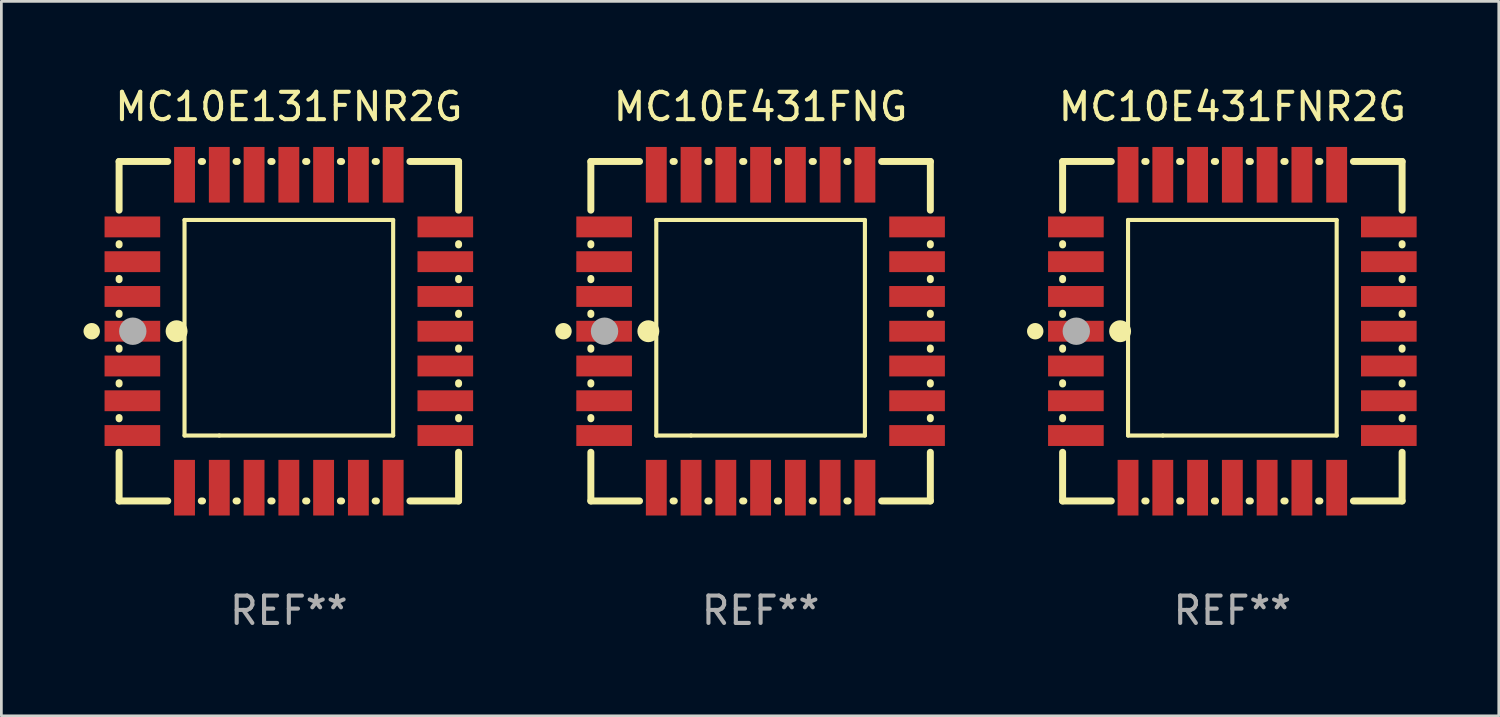
<source format=kicad_pcb>
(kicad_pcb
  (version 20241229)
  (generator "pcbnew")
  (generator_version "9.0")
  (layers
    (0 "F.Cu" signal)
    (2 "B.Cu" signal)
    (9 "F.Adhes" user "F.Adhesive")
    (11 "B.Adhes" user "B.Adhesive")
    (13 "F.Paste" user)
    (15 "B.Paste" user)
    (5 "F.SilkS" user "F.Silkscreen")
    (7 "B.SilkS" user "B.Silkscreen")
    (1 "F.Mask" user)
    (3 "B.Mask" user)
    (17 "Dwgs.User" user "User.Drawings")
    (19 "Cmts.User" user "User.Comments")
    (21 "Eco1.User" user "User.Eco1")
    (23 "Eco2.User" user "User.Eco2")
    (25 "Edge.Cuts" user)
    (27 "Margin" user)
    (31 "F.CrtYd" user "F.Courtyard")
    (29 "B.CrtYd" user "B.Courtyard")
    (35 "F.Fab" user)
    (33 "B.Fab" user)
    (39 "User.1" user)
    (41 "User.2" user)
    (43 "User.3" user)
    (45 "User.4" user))
  (footprint "MC10E131FNR2G"
    (layer "F.Cu")
    (at 7.5 9.048)
    (property "Reference" "MC10E131FNR2G" (at 0 -8.2 0) (layer "F.SilkS") (effects (font (size 1 1) (thickness 0.15))))
    (attr through_hole)
    (fp_line (start -6.2 -6.2) (end -4.422 -6.2) (stroke (width 0.254) (type solid)) (layer "F.SilkS"))
    (fp_line (start -6.2 -4.422) (end -6.2 -6.2) (stroke (width 0.254) (type solid)) (layer "F.SilkS"))
    (fp_line (start -6.2 -3.152) (end -6.2 -3.198) (stroke (width 0.254) (type solid)) (layer "F.SilkS"))
    (fp_line (start -6.2 -1.882) (end -6.2 -1.928) (stroke (width 0.254) (type solid)) (layer "F.SilkS"))
    (fp_line (start -6.2 -0.612) (end -6.2 -0.658) (stroke (width 0.254) (type solid)) (layer "F.SilkS"))
    (fp_line (start -6.2 0.658) (end -6.2 0.612) (stroke (width 0.254) (type solid)) (layer "F.SilkS"))
    (fp_line (start -6.2 1.928) (end -6.2 1.882) (stroke (width 0.254) (type solid)) (layer "F.SilkS"))
    (fp_line (start -6.2 3.198) (end -6.2 3.152) (stroke (width 0.254) (type solid)) (layer "F.SilkS"))
    (fp_line (start -6.2 6.2) (end -6.2 4.422) (stroke (width 0.254) (type solid)) (layer "F.SilkS"))
    (fp_line (start -4.422 6.2) (end -6.2 6.2) (stroke (width 0.254) (type solid)) (layer "F.SilkS"))
    (fp_line (start -3.81 -4.064) (end 3.81 -4.064) (stroke (width 0.15) (type solid)) (layer "F.SilkS"))
    (fp_line (start -3.81 3.81) (end -3.81 -4.064) (stroke (width 0.15) (type solid)) (layer "F.SilkS"))
    (fp_line (start -3.198 -6.2) (end -3.152 -6.2) (stroke (width 0.254) (type solid)) (layer "F.SilkS"))
    (fp_line (start -3.152 6.2) (end -3.198 6.2) (stroke (width 0.254) (type solid)) (layer "F.SilkS"))
    (fp_line (start -2.54 3.81) (end -3.81 3.81) (stroke (width 0.15) (type solid)) (layer "F.SilkS"))
    (fp_line (start -1.928 -6.2) (end -1.882 -6.2) (stroke (width 0.254) (type solid)) (layer "F.SilkS"))
    (fp_line (start -1.882 6.2) (end -1.928 6.2) (stroke (width 0.254) (type solid)) (layer "F.SilkS"))
    (fp_line (start -0.658 -6.2) (end -0.612 -6.2) (stroke (width 0.254) (type solid)) (layer "F.SilkS"))
    (fp_line (start -0.612 6.2) (end -0.658 6.2) (stroke (width 0.254) (type solid)) (layer "F.SilkS"))
    (fp_line (start 0.612 -6.2) (end 0.658 -6.2) (stroke (width 0.254) (type solid)) (layer "F.SilkS"))
    (fp_line (start 0.658 6.2) (end 0.612 6.2) (stroke (width 0.254) (type solid)) (layer "F.SilkS"))
    (fp_line (start 1.882 -6.2) (end 1.928 -6.2) (stroke (width 0.254) (type solid)) (layer "F.SilkS"))
    (fp_line (start 1.928 6.2) (end 1.882 6.2) (stroke (width 0.254) (type solid)) (layer "F.SilkS"))
    (fp_line (start 3.152 -6.2) (end 3.198 -6.2) (stroke (width 0.254) (type solid)) (layer "F.SilkS"))
    (fp_line (start 3.198 6.2) (end 3.152 6.2) (stroke (width 0.254) (type solid)) (layer "F.SilkS"))
    (fp_line (start 3.81 -4.064) (end 3.81 3.81) (stroke (width 0.15) (type solid)) (layer "F.SilkS"))
    (fp_line (start 3.81 3.81) (end -2.54 3.81) (stroke (width 0.15) (type solid)) (layer "F.SilkS"))
    (fp_line (start 4.422 -6.2) (end 6.2 -6.2) (stroke (width 0.254) (type solid)) (layer "F.SilkS"))
    (fp_line (start 6.2 -6.2) (end 6.2 -4.422) (stroke (width 0.254) (type solid)) (layer "F.SilkS"))
    (fp_line (start 6.2 -3.198) (end 6.2 -3.152) (stroke (width 0.254) (type solid)) (layer "F.SilkS"))
    (fp_line (start 6.2 -1.928) (end 6.2 -1.882) (stroke (width 0.254) (type solid)) (layer "F.SilkS"))
    (fp_line (start 6.2 -0.658) (end 6.2 -0.612) (stroke (width 0.254) (type solid)) (layer "F.SilkS"))
    (fp_line (start 6.2 0.612) (end 6.2 0.658) (stroke (width 0.254) (type solid)) (layer "F.SilkS"))
    (fp_line (start 6.2 1.882) (end 6.2 1.928) (stroke (width 0.254) (type solid)) (layer "F.SilkS"))
    (fp_line (start 6.2 3.152) (end 6.2 3.198) (stroke (width 0.254) (type solid)) (layer "F.SilkS"))
    (fp_line (start 6.2 4.422) (end 6.2 6.2) (stroke (width 0.254) (type solid)) (layer "F.SilkS"))
    (fp_line (start 6.2 6.2) (end 4.422 6.2) (stroke (width 0.254) (type solid)) (layer "F.SilkS"))
    (fp_circle (center -7.2 0) (end -7.05 0) (stroke (width 0.3) (type solid)) (fill no) (layer "F.SilkS"))
    (fp_circle (center -6.223 6.223) (end -6.193 6.223) (stroke (width 0.06) (type solid)) (fill no) (layer "F.SilkS"))
    (fp_circle (center -4.1 0) (end -3.9 0) (stroke (width 0.4) (type solid)) (fill no) (layer "F.SilkS"))
    (fp_circle (center -5.7 0) (end -5.45 0) (stroke (width 0.5) (type solid)) (fill no) (layer "F.Fab"))
    (fp_text user "REF**" (at 0 10.2 0) (layer "F.Fab") (effects (font (size 1 1) (thickness 0.15))))
    (pad "1" smd rect (at -5.715 0) (size 2.032 0.762) (layers "F.Cu" "F.Mask" "F.Paste"))
    (pad "2" smd rect (at -5.715 1.27) (size 2.032 0.762) (layers "F.Cu" "F.Mask" "F.Paste"))
    (pad "3" smd rect (at -5.715 2.54) (size 2.032 0.762) (layers "F.Cu" "F.Mask" "F.Paste"))
    (pad "4" smd rect (at -5.715 3.81) (size 2.032 0.762) (layers "F.Cu" "F.Mask" "F.Paste"))
    (pad "5" smd rect (at -3.81 5.715) (size 0.762 2.032) (layers "F.Cu" "F.Mask" "F.Paste"))
    (pad "6" smd rect (at -2.54 5.715) (size 0.762 2.032) (layers "F.Cu" "F.Mask" "F.Paste"))
    (pad "7" smd rect (at -1.27 5.715) (size 0.762 2.032) (layers "F.Cu" "F.Mask" "F.Paste"))
    (pad "8" smd rect (at 0 5.715) (size 0.762 2.032) (layers "F.Cu" "F.Mask" "F.Paste"))
    (pad "9" smd rect (at 1.27 5.715) (size 0.762 2.032) (layers "F.Cu" "F.Mask" "F.Paste"))
    (pad "10" smd rect (at 2.54 5.715) (size 0.762 2.032) (layers "F.Cu" "F.Mask" "F.Paste"))
    (pad "11" smd rect (at 3.81 5.715) (size 0.762 2.032) (layers "F.Cu" "F.Mask" "F.Paste"))
    (pad "12" smd rect (at 5.715 3.81) (size 2.032 0.762) (layers "F.Cu" "F.Mask" "F.Paste"))
    (pad "13" smd rect (at 5.715 2.54) (size 2.032 0.762) (layers "F.Cu" "F.Mask" "F.Paste"))
    (pad "14" smd rect (at 5.715 1.27) (size 2.032 0.762) (layers "F.Cu" "F.Mask" "F.Paste"))
    (pad "15" smd rect (at 5.715 0) (size 2.032 0.762) (layers "F.Cu" "F.Mask" "F.Paste"))
    (pad "16" smd rect (at 5.715 -1.27) (size 2.032 0.762) (layers "F.Cu" "F.Mask" "F.Paste"))
    (pad "17" smd rect (at 5.715 -2.54) (size 2.032 0.762) (layers "F.Cu" "F.Mask" "F.Paste"))
    (pad "18" smd rect (at 5.715 -3.81) (size 2.032 0.762) (layers "F.Cu" "F.Mask" "F.Paste"))
    (pad "19" smd rect (at 3.81 -5.715) (size 0.762 2.032) (layers "F.Cu" "F.Mask" "F.Paste"))
    (pad "20" smd rect (at 2.54 -5.715) (size 0.762 2.032) (layers "F.Cu" "F.Mask" "F.Paste"))
    (pad "21" smd rect (at 1.27 -5.715) (size 0.762 2.032) (layers "F.Cu" "F.Mask" "F.Paste"))
    (pad "22" smd rect (at 0 -5.715) (size 0.762 2.032) (layers "F.Cu" "F.Mask" "F.Paste"))
    (pad "23" smd rect (at -1.27 -5.715) (size 0.762 2.032) (layers "F.Cu" "F.Mask" "F.Paste"))
    (pad "24" smd rect (at -2.54 -5.715) (size 0.762 2.032) (layers "F.Cu" "F.Mask" "F.Paste"))
    (pad "25" smd rect (at -3.81 -5.715) (size 0.762 2.032) (layers "F.Cu" "F.Mask" "F.Paste"))
    (pad "26" smd rect (at -5.715 -3.81) (size 2.032 0.762) (layers "F.Cu" "F.Mask" "F.Paste"))
    (pad "27" smd rect (at -5.715 -2.54) (size 2.032 0.762) (layers "F.Cu" "F.Mask" "F.Paste"))
    (pad "28" smd rect (at -5.715 -1.27) (size 2.032 0.762) (layers "F.Cu" "F.Mask" "F.Paste")))
  (footprint "MC10E431FNG"
    (layer "F.Cu")
    (at 24.731 9.048)
    (property "Reference" "MC10E431FNG" (at 0 -8.2 0) (layer "F.SilkS") (effects (font (size 1 1) (thickness 0.15))))
    (attr through_hole)
    (fp_line (start -6.2 -6.2) (end -4.422 -6.2) (stroke (width 0.254) (type solid)) (layer "F.SilkS"))
    (fp_line (start -6.2 -4.422) (end -6.2 -6.2) (stroke (width 0.254) (type solid)) (layer "F.SilkS"))
    (fp_line (start -6.2 -3.152) (end -6.2 -3.198) (stroke (width 0.254) (type solid)) (layer "F.SilkS"))
    (fp_line (start -6.2 -1.882) (end -6.2 -1.928) (stroke (width 0.254) (type solid)) (layer "F.SilkS"))
    (fp_line (start -6.2 -0.612) (end -6.2 -0.658) (stroke (width 0.254) (type solid)) (layer "F.SilkS"))
    (fp_line (start -6.2 0.658) (end -6.2 0.612) (stroke (width 0.254) (type solid)) (layer "F.SilkS"))
    (fp_line (start -6.2 1.928) (end -6.2 1.882) (stroke (width 0.254) (type solid)) (layer "F.SilkS"))
    (fp_line (start -6.2 3.198) (end -6.2 3.152) (stroke (width 0.254) (type solid)) (layer "F.SilkS"))
    (fp_line (start -6.2 6.2) (end -6.2 4.422) (stroke (width 0.254) (type solid)) (layer "F.SilkS"))
    (fp_line (start -4.422 6.2) (end -6.2 6.2) (stroke (width 0.254) (type solid)) (layer "F.SilkS"))
    (fp_line (start -3.81 -4.064) (end 3.81 -4.064) (stroke (width 0.15) (type solid)) (layer "F.SilkS"))
    (fp_line (start -3.81 3.81) (end -3.81 -4.064) (stroke (width 0.15) (type solid)) (layer "F.SilkS"))
    (fp_line (start -3.198 -6.2) (end -3.152 -6.2) (stroke (width 0.254) (type solid)) (layer "F.SilkS"))
    (fp_line (start -3.152 6.2) (end -3.198 6.2) (stroke (width 0.254) (type solid)) (layer "F.SilkS"))
    (fp_line (start -2.54 3.81) (end -3.81 3.81) (stroke (width 0.15) (type solid)) (layer "F.SilkS"))
    (fp_line (start -1.928 -6.2) (end -1.882 -6.2) (stroke (width 0.254) (type solid)) (layer "F.SilkS"))
    (fp_line (start -1.882 6.2) (end -1.928 6.2) (stroke (width 0.254) (type solid)) (layer "F.SilkS"))
    (fp_line (start -0.658 -6.2) (end -0.612 -6.2) (stroke (width 0.254) (type solid)) (layer "F.SilkS"))
    (fp_line (start -0.612 6.2) (end -0.658 6.2) (stroke (width 0.254) (type solid)) (layer "F.SilkS"))
    (fp_line (start 0.612 -6.2) (end 0.658 -6.2) (stroke (width 0.254) (type solid)) (layer "F.SilkS"))
    (fp_line (start 0.658 6.2) (end 0.612 6.2) (stroke (width 0.254) (type solid)) (layer "F.SilkS"))
    (fp_line (start 1.882 -6.2) (end 1.928 -6.2) (stroke (width 0.254) (type solid)) (layer "F.SilkS"))
    (fp_line (start 1.928 6.2) (end 1.882 6.2) (stroke (width 0.254) (type solid)) (layer "F.SilkS"))
    (fp_line (start 3.152 -6.2) (end 3.198 -6.2) (stroke (width 0.254) (type solid)) (layer "F.SilkS"))
    (fp_line (start 3.198 6.2) (end 3.152 6.2) (stroke (width 0.254) (type solid)) (layer "F.SilkS"))
    (fp_line (start 3.81 -4.064) (end 3.81 3.81) (stroke (width 0.15) (type solid)) (layer "F.SilkS"))
    (fp_line (start 3.81 3.81) (end -2.54 3.81) (stroke (width 0.15) (type solid)) (layer "F.SilkS"))
    (fp_line (start 4.422 -6.2) (end 6.2 -6.2) (stroke (width 0.254) (type solid)) (layer "F.SilkS"))
    (fp_line (start 6.2 -6.2) (end 6.2 -4.422) (stroke (width 0.254) (type solid)) (layer "F.SilkS"))
    (fp_line (start 6.2 -3.198) (end 6.2 -3.152) (stroke (width 0.254) (type solid)) (layer "F.SilkS"))
    (fp_line (start 6.2 -1.928) (end 6.2 -1.882) (stroke (width 0.254) (type solid)) (layer "F.SilkS"))
    (fp_line (start 6.2 -0.658) (end 6.2 -0.612) (stroke (width 0.254) (type solid)) (layer "F.SilkS"))
    (fp_line (start 6.2 0.612) (end 6.2 0.658) (stroke (width 0.254) (type solid)) (layer "F.SilkS"))
    (fp_line (start 6.2 1.882) (end 6.2 1.928) (stroke (width 0.254) (type solid)) (layer "F.SilkS"))
    (fp_line (start 6.2 3.152) (end 6.2 3.198) (stroke (width 0.254) (type solid)) (layer "F.SilkS"))
    (fp_line (start 6.2 4.422) (end 6.2 6.2) (stroke (width 0.254) (type solid)) (layer "F.SilkS"))
    (fp_line (start 6.2 6.2) (end 4.422 6.2) (stroke (width 0.254) (type solid)) (layer "F.SilkS"))
    (fp_circle (center -7.2 0) (end -7.05 0) (stroke (width 0.3) (type solid)) (fill no) (layer "F.SilkS"))
    (fp_circle (center -6.223 6.223) (end -6.193 6.223) (stroke (width 0.06) (type solid)) (fill no) (layer "F.SilkS"))
    (fp_circle (center -4.1 0) (end -3.9 0) (stroke (width 0.4) (type solid)) (fill no) (layer "F.SilkS"))
    (fp_circle (center -5.7 0) (end -5.45 0) (stroke (width 0.5) (type solid)) (fill no) (layer "F.Fab"))
    (fp_text user "REF**" (at 0 10.2 0) (layer "F.Fab") (effects (font (size 1 1) (thickness 0.15))))
    (pad "1" smd rect (at -5.715 0) (size 2.032 0.762) (layers "F.Cu" "F.Mask" "F.Paste"))
    (pad "2" smd rect (at -5.715 1.27) (size 2.032 0.762) (layers "F.Cu" "F.Mask" "F.Paste"))
    (pad "3" smd rect (at -5.715 2.54) (size 2.032 0.762) (layers "F.Cu" "F.Mask" "F.Paste"))
    (pad "4" smd rect (at -5.715 3.81) (size 2.032 0.762) (layers "F.Cu" "F.Mask" "F.Paste"))
    (pad "5" smd rect (at -3.81 5.715) (size 0.762 2.032) (layers "F.Cu" "F.Mask" "F.Paste"))
    (pad "6" smd rect (at -2.54 5.715) (size 0.762 2.032) (layers "F.Cu" "F.Mask" "F.Paste"))
    (pad "7" smd rect (at -1.27 5.715) (size 0.762 2.032) (layers "F.Cu" "F.Mask" "F.Paste"))
    (pad "8" smd rect (at 0 5.715) (size 0.762 2.032) (layers "F.Cu" "F.Mask" "F.Paste"))
    (pad "9" smd rect (at 1.27 5.715) (size 0.762 2.032) (layers "F.Cu" "F.Mask" "F.Paste"))
    (pad "10" smd rect (at 2.54 5.715) (size 0.762 2.032) (layers "F.Cu" "F.Mask" "F.Paste"))
    (pad "11" smd rect (at 3.81 5.715) (size 0.762 2.032) (layers "F.Cu" "F.Mask" "F.Paste"))
    (pad "12" smd rect (at 5.715 3.81) (size 2.032 0.762) (layers "F.Cu" "F.Mask" "F.Paste"))
    (pad "13" smd rect (at 5.715 2.54) (size 2.032 0.762) (layers "F.Cu" "F.Mask" "F.Paste"))
    (pad "14" smd rect (at 5.715 1.27) (size 2.032 0.762) (layers "F.Cu" "F.Mask" "F.Paste"))
    (pad "15" smd rect (at 5.715 0) (size 2.032 0.762) (layers "F.Cu" "F.Mask" "F.Paste"))
    (pad "16" smd rect (at 5.715 -1.27) (size 2.032 0.762) (layers "F.Cu" "F.Mask" "F.Paste"))
    (pad "17" smd rect (at 5.715 -2.54) (size 2.032 0.762) (layers "F.Cu" "F.Mask" "F.Paste"))
    (pad "18" smd rect (at 5.715 -3.81) (size 2.032 0.762) (layers "F.Cu" "F.Mask" "F.Paste"))
    (pad "19" smd rect (at 3.81 -5.715) (size 0.762 2.032) (layers "F.Cu" "F.Mask" "F.Paste"))
    (pad "20" smd rect (at 2.54 -5.715) (size 0.762 2.032) (layers "F.Cu" "F.Mask" "F.Paste"))
    (pad "21" smd rect (at 1.27 -5.715) (size 0.762 2.032) (layers "F.Cu" "F.Mask" "F.Paste"))
    (pad "22" smd rect (at 0 -5.715) (size 0.762 2.032) (layers "F.Cu" "F.Mask" "F.Paste"))
    (pad "23" smd rect (at -1.27 -5.715) (size 0.762 2.032) (layers "F.Cu" "F.Mask" "F.Paste"))
    (pad "24" smd rect (at -2.54 -5.715) (size 0.762 2.032) (layers "F.Cu" "F.Mask" "F.Paste"))
    (pad "25" smd rect (at -3.81 -5.715) (size 0.762 2.032) (layers "F.Cu" "F.Mask" "F.Paste"))
    (pad "26" smd rect (at -5.715 -3.81) (size 2.032 0.762) (layers "F.Cu" "F.Mask" "F.Paste"))
    (pad "27" smd rect (at -5.715 -2.54) (size 2.032 0.762) (layers "F.Cu" "F.Mask" "F.Paste"))
    (pad "28" smd rect (at -5.715 -1.27) (size 2.032 0.762) (layers "F.Cu" "F.Mask" "F.Paste")))
  (footprint "MC10E431FNR2G"
    (layer "F.Cu")
    (at 41.962 9.048)
    (property "Reference" "MC10E431FNR2G" (at 0 -8.2 0) (layer "F.SilkS") (effects (font (size 1 1) (thickness 0.15))))
    (attr through_hole)
    (fp_line (start -6.2 -6.2) (end -4.422 -6.2) (stroke (width 0.254) (type solid)) (layer "F.SilkS"))
    (fp_line (start -6.2 -4.422) (end -6.2 -6.2) (stroke (width 0.254) (type solid)) (layer "F.SilkS"))
    (fp_line (start -6.2 -3.152) (end -6.2 -3.198) (stroke (width 0.254) (type solid)) (layer "F.SilkS"))
    (fp_line (start -6.2 -1.882) (end -6.2 -1.928) (stroke (width 0.254) (type solid)) (layer "F.SilkS"))
    (fp_line (start -6.2 -0.612) (end -6.2 -0.658) (stroke (width 0.254) (type solid)) (layer "F.SilkS"))
    (fp_line (start -6.2 0.658) (end -6.2 0.612) (stroke (width 0.254) (type solid)) (layer "F.SilkS"))
    (fp_line (start -6.2 1.928) (end -6.2 1.882) (stroke (width 0.254) (type solid)) (layer "F.SilkS"))
    (fp_line (start -6.2 3.198) (end -6.2 3.152) (stroke (width 0.254) (type solid)) (layer "F.SilkS"))
    (fp_line (start -6.2 6.2) (end -6.2 4.422) (stroke (width 0.254) (type solid)) (layer "F.SilkS"))
    (fp_line (start -4.422 6.2) (end -6.2 6.2) (stroke (width 0.254) (type solid)) (layer "F.SilkS"))
    (fp_line (start -3.81 -4.064) (end 3.81 -4.064) (stroke (width 0.15) (type solid)) (layer "F.SilkS"))
    (fp_line (start -3.81 3.81) (end -3.81 -4.064) (stroke (width 0.15) (type solid)) (layer "F.SilkS"))
    (fp_line (start -3.198 -6.2) (end -3.152 -6.2) (stroke (width 0.254) (type solid)) (layer "F.SilkS"))
    (fp_line (start -3.152 6.2) (end -3.198 6.2) (stroke (width 0.254) (type solid)) (layer "F.SilkS"))
    (fp_line (start -2.54 3.81) (end -3.81 3.81) (stroke (width 0.15) (type solid)) (layer "F.SilkS"))
    (fp_line (start -1.928 -6.2) (end -1.882 -6.2) (stroke (width 0.254) (type solid)) (layer "F.SilkS"))
    (fp_line (start -1.882 6.2) (end -1.928 6.2) (stroke (width 0.254) (type solid)) (layer "F.SilkS"))
    (fp_line (start -0.658 -6.2) (end -0.612 -6.2) (stroke (width 0.254) (type solid)) (layer "F.SilkS"))
    (fp_line (start -0.612 6.2) (end -0.658 6.2) (stroke (width 0.254) (type solid)) (layer "F.SilkS"))
    (fp_line (start 0.612 -6.2) (end 0.658 -6.2) (stroke (width 0.254) (type solid)) (layer "F.SilkS"))
    (fp_line (start 0.658 6.2) (end 0.612 6.2) (stroke (width 0.254) (type solid)) (layer "F.SilkS"))
    (fp_line (start 1.882 -6.2) (end 1.928 -6.2) (stroke (width 0.254) (type solid)) (layer "F.SilkS"))
    (fp_line (start 1.928 6.2) (end 1.882 6.2) (stroke (width 0.254) (type solid)) (layer "F.SilkS"))
    (fp_line (start 3.152 -6.2) (end 3.198 -6.2) (stroke (width 0.254) (type solid)) (layer "F.SilkS"))
    (fp_line (start 3.198 6.2) (end 3.152 6.2) (stroke (width 0.254) (type solid)) (layer "F.SilkS"))
    (fp_line (start 3.81 -4.064) (end 3.81 3.81) (stroke (width 0.15) (type solid)) (layer "F.SilkS"))
    (fp_line (start 3.81 3.81) (end -2.54 3.81) (stroke (width 0.15) (type solid)) (layer "F.SilkS"))
    (fp_line (start 4.422 -6.2) (end 6.2 -6.2) (stroke (width 0.254) (type solid)) (layer "F.SilkS"))
    (fp_line (start 6.2 -6.2) (end 6.2 -4.422) (stroke (width 0.254) (type solid)) (layer "F.SilkS"))
    (fp_line (start 6.2 -3.198) (end 6.2 -3.152) (stroke (width 0.254) (type solid)) (layer "F.SilkS"))
    (fp_line (start 6.2 -1.928) (end 6.2 -1.882) (stroke (width 0.254) (type solid)) (layer "F.SilkS"))
    (fp_line (start 6.2 -0.658) (end 6.2 -0.612) (stroke (width 0.254) (type solid)) (layer "F.SilkS"))
    (fp_line (start 6.2 0.612) (end 6.2 0.658) (stroke (width 0.254) (type solid)) (layer "F.SilkS"))
    (fp_line (start 6.2 1.882) (end 6.2 1.928) (stroke (width 0.254) (type solid)) (layer "F.SilkS"))
    (fp_line (start 6.2 3.152) (end 6.2 3.198) (stroke (width 0.254) (type solid)) (layer "F.SilkS"))
    (fp_line (start 6.2 4.422) (end 6.2 6.2) (stroke (width 0.254) (type solid)) (layer "F.SilkS"))
    (fp_line (start 6.2 6.2) (end 4.422 6.2) (stroke (width 0.254) (type solid)) (layer "F.SilkS"))
    (fp_circle (center -7.2 0) (end -7.05 0) (stroke (width 0.3) (type solid)) (fill no) (layer "F.SilkS"))
    (fp_circle (center -6.223 6.223) (end -6.193 6.223) (stroke (width 0.06) (type solid)) (fill no) (layer "F.SilkS"))
    (fp_circle (center -4.1 0) (end -3.9 0) (stroke (width 0.4) (type solid)) (fill no) (layer "F.SilkS"))
    (fp_circle (center -5.7 0) (end -5.45 0) (stroke (width 0.5) (type solid)) (fill no) (layer "F.Fab"))
    (fp_text user "REF**" (at 0 10.2 0) (layer "F.Fab") (effects (font (size 1 1) (thickness 0.15))))
    (pad "1" smd rect (at -5.715 0) (size 2.032 0.762) (layers "F.Cu" "F.Mask" "F.Paste"))
    (pad "2" smd rect (at -5.715 1.27) (size 2.032 0.762) (layers "F.Cu" "F.Mask" "F.Paste"))
    (pad "3" smd rect (at -5.715 2.54) (size 2.032 0.762) (layers "F.Cu" "F.Mask" "F.Paste"))
    (pad "4" smd rect (at -5.715 3.81) (size 2.032 0.762) (layers "F.Cu" "F.Mask" "F.Paste"))
    (pad "5" smd rect (at -3.81 5.715) (size 0.762 2.032) (layers "F.Cu" "F.Mask" "F.Paste"))
    (pad "6" smd rect (at -2.54 5.715) (size 0.762 2.032) (layers "F.Cu" "F.Mask" "F.Paste"))
    (pad "7" smd rect (at -1.27 5.715) (size 0.762 2.032) (layers "F.Cu" "F.Mask" "F.Paste"))
    (pad "8" smd rect (at 0 5.715) (size 0.762 2.032) (layers "F.Cu" "F.Mask" "F.Paste"))
    (pad "9" smd rect (at 1.27 5.715) (size 0.762 2.032) (layers "F.Cu" "F.Mask" "F.Paste"))
    (pad "10" smd rect (at 2.54 5.715) (size 0.762 2.032) (layers "F.Cu" "F.Mask" "F.Paste"))
    (pad "11" smd rect (at 3.81 5.715) (size 0.762 2.032) (layers "F.Cu" "F.Mask" "F.Paste"))
    (pad "12" smd rect (at 5.715 3.81) (size 2.032 0.762) (layers "F.Cu" "F.Mask" "F.Paste"))
    (pad "13" smd rect (at 5.715 2.54) (size 2.032 0.762) (layers "F.Cu" "F.Mask" "F.Paste"))
    (pad "14" smd rect (at 5.715 1.27) (size 2.032 0.762) (layers "F.Cu" "F.Mask" "F.Paste"))
    (pad "15" smd rect (at 5.715 0) (size 2.032 0.762) (layers "F.Cu" "F.Mask" "F.Paste"))
    (pad "16" smd rect (at 5.715 -1.27) (size 2.032 0.762) (layers "F.Cu" "F.Mask" "F.Paste"))
    (pad "17" smd rect (at 5.715 -2.54) (size 2.032 0.762) (layers "F.Cu" "F.Mask" "F.Paste"))
    (pad "18" smd rect (at 5.715 -3.81) (size 2.032 0.762) (layers "F.Cu" "F.Mask" "F.Paste"))
    (pad "19" smd rect (at 3.81 -5.715) (size 0.762 2.032) (layers "F.Cu" "F.Mask" "F.Paste"))
    (pad "20" smd rect (at 2.54 -5.715) (size 0.762 2.032) (layers "F.Cu" "F.Mask" "F.Paste"))
    (pad "21" smd rect (at 1.27 -5.715) (size 0.762 2.032) (layers "F.Cu" "F.Mask" "F.Paste"))
    (pad "22" smd rect (at 0 -5.715) (size 0.762 2.032) (layers "F.Cu" "F.Mask" "F.Paste"))
    (pad "23" smd rect (at -1.27 -5.715) (size 0.762 2.032) (layers "F.Cu" "F.Mask" "F.Paste"))
    (pad "24" smd rect (at -2.54 -5.715) (size 0.762 2.032) (layers "F.Cu" "F.Mask" "F.Paste"))
    (pad "25" smd rect (at -3.81 -5.715) (size 0.762 2.032) (layers "F.Cu" "F.Mask" "F.Paste"))
    (pad "26" smd rect (at -5.715 -3.81) (size 2.032 0.762) (layers "F.Cu" "F.Mask" "F.Paste"))
    (pad "27" smd rect (at -5.715 -2.54) (size 2.032 0.762) (layers "F.Cu" "F.Mask" "F.Paste"))
    (pad "28" smd rect (at -5.715 -1.27) (size 2.032 0.762) (layers "F.Cu" "F.Mask" "F.Paste")))
  (gr_rect
    (start -3 -3)
    (end 51.693 23.096)
    (stroke (width 0.1) (type default))
    (fill no)
    (layer "Edge.Cuts")))
</source>
